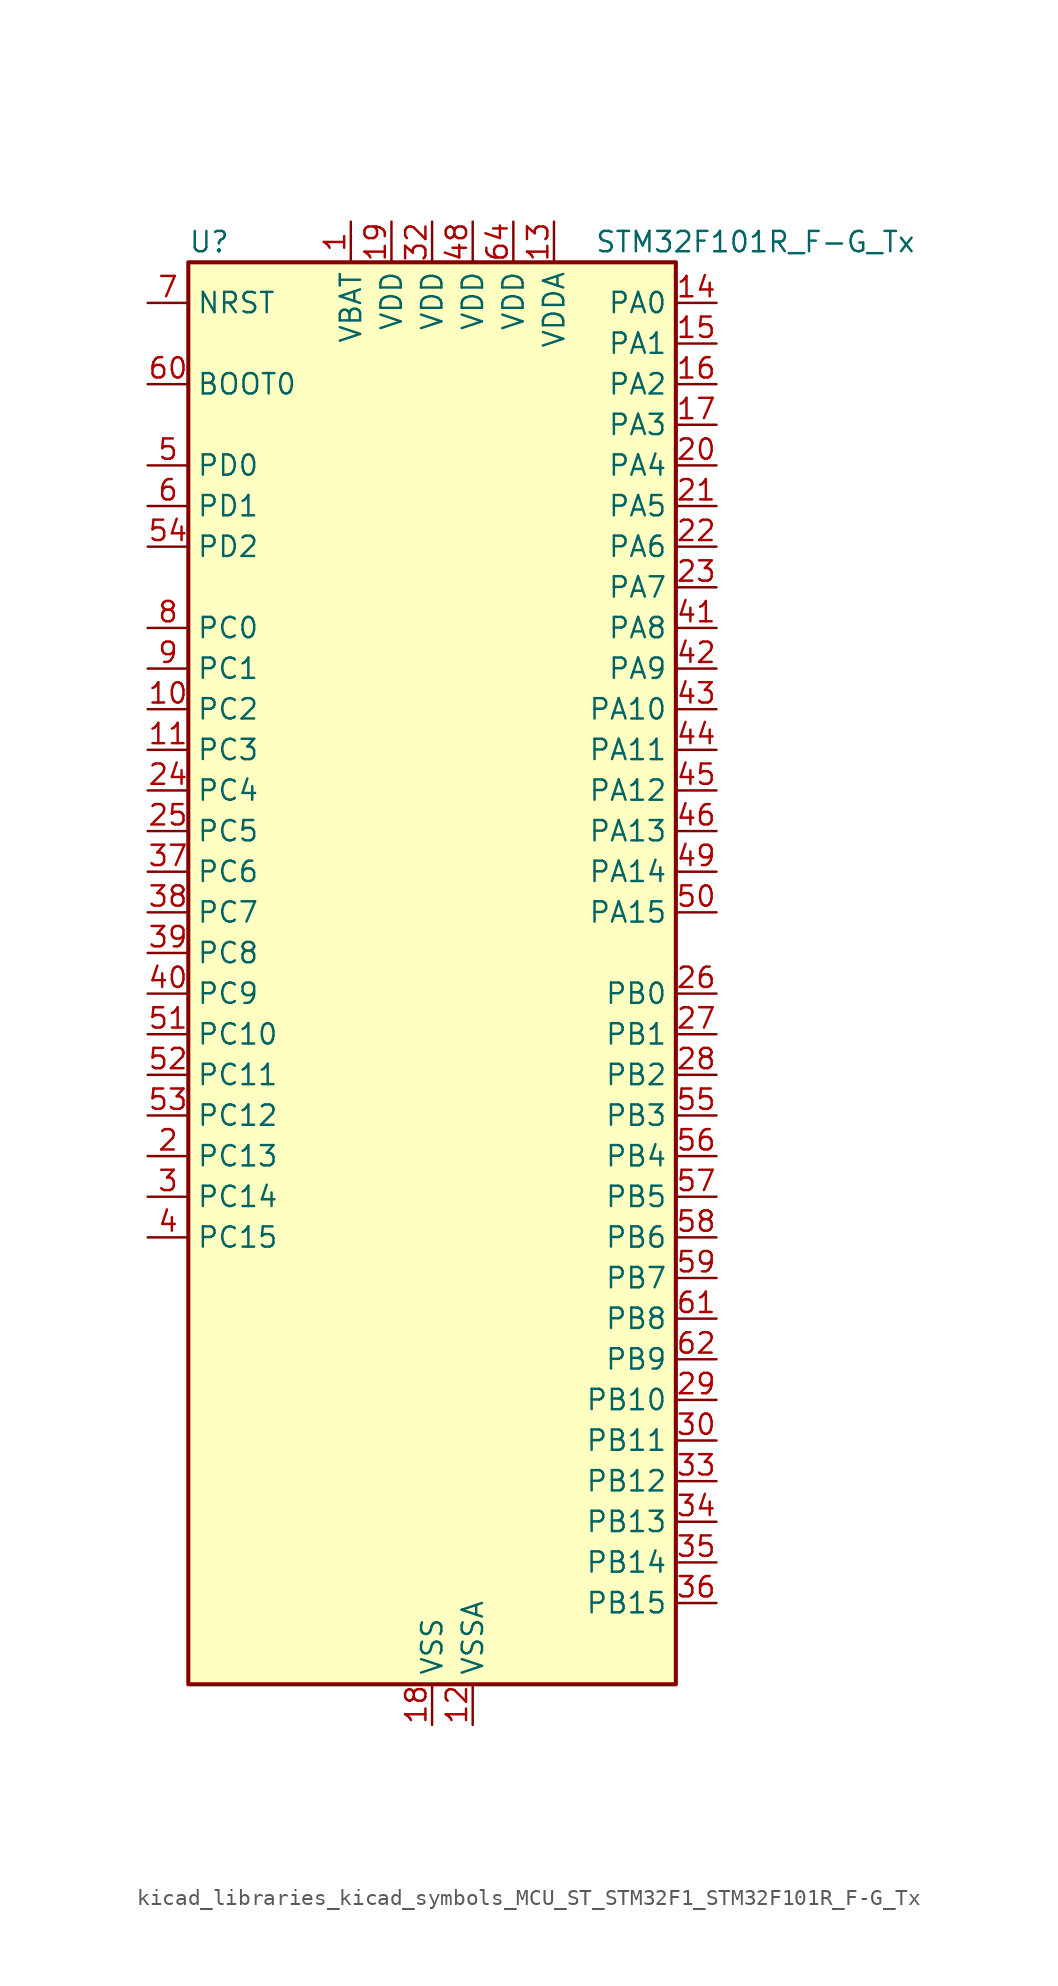
<source format=kicad_sym>
(kicad_symbol_lib
  (version 20220914)
  (generator kicad_symbol_editor)
  (symbol "kicad_libraries_kicad_symbols_MCU_ST_STM32F1_STM32F101R_F-G_Tx"
    (property "Reference" "U"
      (at -15.24 46.99 0)
      (effects (font (size 1.27 1.27)) (justify left)))
    (property "Value" "STM32F101R_F-G_Tx"
      (at 10.16 46.99 0)
      (effects (font (size 1.27 1.27)) (justify left)))
    (property "ki_locked" ""
      (at 0 0 0)
      (effects (font (size 1.27 1.27))))
    (symbol "kicad_libraries_kicad_symbols_MCU_ST_STM32F1_STM32F101R_F-G_Tx_0_1"
      (rectangle (start -15.24 -43.18) (end 15.24 45.72) (stroke (width 0.254) (type default)) (fill (type background))))
    (symbol "kicad_libraries_kicad_symbols_MCU_ST_STM32F1_STM32F101R_F-G_Tx_1_1"
      (pin power_in line (at -5.08 48.26 270) (length 2.54) (name "VBAT" (effects (font (size 1.27 1.27)))) (number "1" (effects (font (size 1.27 1.27)))))
      (pin bidirectional line (at -17.78 17.78 0) (length 2.54) (name "PC2" (effects (font (size 1.27 1.27)))) (number "10" (effects (font (size 1.27 1.27)))) (alternate "ADC1_IN12" bidirectional line))
      (pin bidirectional line (at -17.78 15.24 0) (length 2.54) (name "PC3" (effects (font (size 1.27 1.27)))) (number "11" (effects (font (size 1.27 1.27)))) (alternate "ADC1_IN13" bidirectional line))
      (pin power_in line (at 2.54 -45.72 90) (length 2.54) (name "VSSA" (effects (font (size 1.27 1.27)))) (number "12" (effects (font (size 1.27 1.27)))))
      (pin power_in line (at 7.62 48.26 270) (length 2.54) (name "VDDA" (effects (font (size 1.27 1.27)))) (number "13" (effects (font (size 1.27 1.27)))))
      (pin bidirectional line (at 17.78 43.18 180) (length 2.54) (name "PA0" (effects (font (size 1.27 1.27)))) (number "14" (effects (font (size 1.27 1.27)))) (alternate "ADC1_IN0" bidirectional line) (alternate "SYS_WKUP" bidirectional line) (alternate "TIM2_CH1" bidirectional line) (alternate "TIM2_ETR" bidirectional line) (alternate "TIM5_CH1" bidirectional line) (alternate "USART2_CTS" bidirectional line))
      (pin bidirectional line (at 17.78 40.64 180) (length 2.54) (name "PA1" (effects (font (size 1.27 1.27)))) (number "15" (effects (font (size 1.27 1.27)))) (alternate "ADC1_IN1" bidirectional line) (alternate "TIM2_CH2" bidirectional line) (alternate "TIM5_CH2" bidirectional line) (alternate "USART2_RTS" bidirectional line))
      (pin bidirectional line (at 17.78 38.1 180) (length 2.54) (name "PA2" (effects (font (size 1.27 1.27)))) (number "16" (effects (font (size 1.27 1.27)))) (alternate "ADC1_IN2" bidirectional line) (alternate "TIM2_CH3" bidirectional line) (alternate "TIM5_CH3" bidirectional line) (alternate "TIM9_CH1" bidirectional line) (alternate "USART2_TX" bidirectional line))
      (pin bidirectional line (at 17.78 35.56 180) (length 2.54) (name "PA3" (effects (font (size 1.27 1.27)))) (number "17" (effects (font (size 1.27 1.27)))) (alternate "ADC1_IN3" bidirectional line) (alternate "TIM2_CH4" bidirectional line) (alternate "TIM5_CH4" bidirectional line) (alternate "TIM9_CH2" bidirectional line) (alternate "USART2_RX" bidirectional line))
      (pin power_in line (at 0 -45.72 90) (length 2.54) (name "VSS" (effects (font (size 1.27 1.27)))) (number "18" (effects (font (size 1.27 1.27)))))
      (pin power_in line (at -2.54 48.26 270) (length 2.54) (name "VDD" (effects (font (size 1.27 1.27)))) (number "19" (effects (font (size 1.27 1.27)))))
      (pin bidirectional line (at -17.78 -10.16 0) (length 2.54) (name "PC13" (effects (font (size 1.27 1.27)))) (number "2" (effects (font (size 1.27 1.27)))) (alternate "RTC_OUT" bidirectional line) (alternate "RTC_TAMPER" bidirectional line))
      (pin bidirectional line (at 17.78 33.02 180) (length 2.54) (name "PA4" (effects (font (size 1.27 1.27)))) (number "20" (effects (font (size 1.27 1.27)))) (alternate "ADC1_IN4" bidirectional line) (alternate "DAC_OUT1" bidirectional line) (alternate "SPI1_NSS" bidirectional line) (alternate "USART2_CK" bidirectional line))
      (pin bidirectional line (at 17.78 30.48 180) (length 2.54) (name "PA5" (effects (font (size 1.27 1.27)))) (number "21" (effects (font (size 1.27 1.27)))) (alternate "ADC1_IN5" bidirectional line) (alternate "DAC_OUT2" bidirectional line) (alternate "SPI1_SCK" bidirectional line))
      (pin bidirectional line (at 17.78 27.94 180) (length 2.54) (name "PA6" (effects (font (size 1.27 1.27)))) (number "22" (effects (font (size 1.27 1.27)))) (alternate "ADC1_IN6" bidirectional line) (alternate "SPI1_MISO" bidirectional line) (alternate "TIM13_CH1" bidirectional line) (alternate "TIM3_CH1" bidirectional line))
      (pin bidirectional line (at 17.78 25.4 180) (length 2.54) (name "PA7" (effects (font (size 1.27 1.27)))) (number "23" (effects (font (size 1.27 1.27)))) (alternate "ADC1_IN7" bidirectional line) (alternate "SPI1_MOSI" bidirectional line) (alternate "TIM14_CH1" bidirectional line) (alternate "TIM3_CH2" bidirectional line))
      (pin bidirectional line (at -17.78 12.7 0) (length 2.54) (name "PC4" (effects (font (size 1.27 1.27)))) (number "24" (effects (font (size 1.27 1.27)))) (alternate "ADC1_IN14" bidirectional line))
      (pin bidirectional line (at -17.78 10.16 0) (length 2.54) (name "PC5" (effects (font (size 1.27 1.27)))) (number "25" (effects (font (size 1.27 1.27)))) (alternate "ADC1_IN15" bidirectional line))
      (pin bidirectional line (at 17.78 0 180) (length 2.54) (name "PB0" (effects (font (size 1.27 1.27)))) (number "26" (effects (font (size 1.27 1.27)))) (alternate "ADC1_IN8" bidirectional line) (alternate "TIM3_CH3" bidirectional line))
      (pin bidirectional line (at 17.78 -2.54 180) (length 2.54) (name "PB1" (effects (font (size 1.27 1.27)))) (number "27" (effects (font (size 1.27 1.27)))) (alternate "ADC1_IN9" bidirectional line) (alternate "TIM3_CH4" bidirectional line))
      (pin bidirectional line (at 17.78 -5.08 180) (length 2.54) (name "PB2" (effects (font (size 1.27 1.27)))) (number "28" (effects (font (size 1.27 1.27)))))
      (pin bidirectional line (at 17.78 -25.4 180) (length 2.54) (name "PB10" (effects (font (size 1.27 1.27)))) (number "29" (effects (font (size 1.27 1.27)))) (alternate "I2C2_SCL" bidirectional line) (alternate "TIM2_CH3" bidirectional line) (alternate "USART3_TX" bidirectional line))
      (pin bidirectional line (at -17.78 -12.7 0) (length 2.54) (name "PC14" (effects (font (size 1.27 1.27)))) (number "3" (effects (font (size 1.27 1.27)))) (alternate "RCC_OSC32_IN" bidirectional line))
      (pin bidirectional line (at 17.78 -27.94 180) (length 2.54) (name "PB11" (effects (font (size 1.27 1.27)))) (number "30" (effects (font (size 1.27 1.27)))) (alternate "ADC1_EXTI11" bidirectional line) (alternate "I2C2_SDA" bidirectional line) (alternate "TIM2_CH4" bidirectional line) (alternate "USART3_RX" bidirectional line))
      (pin passive line (at 0 -45.72 90) (length 2.54) hide (name "VSS" (effects (font (size 1.27 1.27)))) (number "31" (effects (font (size 1.27 1.27)))))
      (pin power_in line (at 0 48.26 270) (length 2.54) (name "VDD" (effects (font (size 1.27 1.27)))) (number "32" (effects (font (size 1.27 1.27)))))
      (pin bidirectional line (at 17.78 -30.48 180) (length 2.54) (name "PB12" (effects (font (size 1.27 1.27)))) (number "33" (effects (font (size 1.27 1.27)))) (alternate "I2C2_SMBA" bidirectional line) (alternate "SPI2_NSS" bidirectional line) (alternate "USART3_CK" bidirectional line))
      (pin bidirectional line (at 17.78 -33.02 180) (length 2.54) (name "PB13" (effects (font (size 1.27 1.27)))) (number "34" (effects (font (size 1.27 1.27)))) (alternate "SPI2_SCK" bidirectional line) (alternate "USART3_CTS" bidirectional line))
      (pin bidirectional line (at 17.78 -35.56 180) (length 2.54) (name "PB14" (effects (font (size 1.27 1.27)))) (number "35" (effects (font (size 1.27 1.27)))) (alternate "SPI2_MISO" bidirectional line) (alternate "TIM12_CH1" bidirectional line) (alternate "USART3_RTS" bidirectional line))
      (pin bidirectional line (at 17.78 -38.1 180) (length 2.54) (name "PB15" (effects (font (size 1.27 1.27)))) (number "36" (effects (font (size 1.27 1.27)))) (alternate "ADC1_EXTI15" bidirectional line) (alternate "SPI2_MOSI" bidirectional line) (alternate "TIM12_CH2" bidirectional line))
      (pin bidirectional line (at -17.78 7.62 0) (length 2.54) (name "PC6" (effects (font (size 1.27 1.27)))) (number "37" (effects (font (size 1.27 1.27)))) (alternate "TIM3_CH1" bidirectional line))
      (pin bidirectional line (at -17.78 5.08 0) (length 2.54) (name "PC7" (effects (font (size 1.27 1.27)))) (number "38" (effects (font (size 1.27 1.27)))) (alternate "TIM3_CH2" bidirectional line))
      (pin bidirectional line (at -17.78 2.54 0) (length 2.54) (name "PC8" (effects (font (size 1.27 1.27)))) (number "39" (effects (font (size 1.27 1.27)))) (alternate "TIM3_CH3" bidirectional line))
      (pin bidirectional line (at -17.78 -15.24 0) (length 2.54) (name "PC15" (effects (font (size 1.27 1.27)))) (number "4" (effects (font (size 1.27 1.27)))) (alternate "ADC1_EXTI15" bidirectional line) (alternate "RCC_OSC32_OUT" bidirectional line))
      (pin bidirectional line (at -17.78 0 0) (length 2.54) (name "PC9" (effects (font (size 1.27 1.27)))) (number "40" (effects (font (size 1.27 1.27)))) (alternate "DAC_EXTI9" bidirectional line) (alternate "TIM3_CH4" bidirectional line))
      (pin bidirectional line (at 17.78 22.86 180) (length 2.54) (name "PA8" (effects (font (size 1.27 1.27)))) (number "41" (effects (font (size 1.27 1.27)))) (alternate "RCC_MCO" bidirectional line) (alternate "USART1_CK" bidirectional line))
      (pin bidirectional line (at 17.78 20.32 180) (length 2.54) (name "PA9" (effects (font (size 1.27 1.27)))) (number "42" (effects (font (size 1.27 1.27)))) (alternate "DAC_EXTI9" bidirectional line) (alternate "USART1_TX" bidirectional line))
      (pin bidirectional line (at 17.78 17.78 180) (length 2.54) (name "PA10" (effects (font (size 1.27 1.27)))) (number "43" (effects (font (size 1.27 1.27)))) (alternate "USART1_RX" bidirectional line))
      (pin bidirectional line (at 17.78 15.24 180) (length 2.54) (name "PA11" (effects (font (size 1.27 1.27)))) (number "44" (effects (font (size 1.27 1.27)))) (alternate "ADC1_EXTI11" bidirectional line) (alternate "USART1_CTS" bidirectional line))
      (pin bidirectional line (at 17.78 12.7 180) (length 2.54) (name "PA12" (effects (font (size 1.27 1.27)))) (number "45" (effects (font (size 1.27 1.27)))) (alternate "USART1_RTS" bidirectional line))
      (pin bidirectional line (at 17.78 10.16 180) (length 2.54) (name "PA13" (effects (font (size 1.27 1.27)))) (number "46" (effects (font (size 1.27 1.27)))) (alternate "SYS_JTMS-SWDIO" bidirectional line))
      (pin passive line (at 0 -45.72 90) (length 2.54) hide (name "VSS" (effects (font (size 1.27 1.27)))) (number "47" (effects (font (size 1.27 1.27)))))
      (pin power_in line (at 2.54 48.26 270) (length 2.54) (name "VDD" (effects (font (size 1.27 1.27)))) (number "48" (effects (font (size 1.27 1.27)))))
      (pin bidirectional line (at 17.78 7.62 180) (length 2.54) (name "PA14" (effects (font (size 1.27 1.27)))) (number "49" (effects (font (size 1.27 1.27)))) (alternate "SYS_JTCK-SWCLK" bidirectional line))
      (pin bidirectional line (at -17.78 33.02 0) (length 2.54) (name "PD0" (effects (font (size 1.27 1.27)))) (number "5" (effects (font (size 1.27 1.27)))) (alternate "RCC_OSC_IN" bidirectional line))
      (pin bidirectional line (at 17.78 5.08 180) (length 2.54) (name "PA15" (effects (font (size 1.27 1.27)))) (number "50" (effects (font (size 1.27 1.27)))) (alternate "ADC1_EXTI15" bidirectional line) (alternate "SPI1_NSS" bidirectional line) (alternate "SPI3_NSS" bidirectional line) (alternate "SYS_JTDI" bidirectional line) (alternate "TIM2_CH1" bidirectional line) (alternate "TIM2_ETR" bidirectional line))
      (pin bidirectional line (at -17.78 -2.54 0) (length 2.54) (name "PC10" (effects (font (size 1.27 1.27)))) (number "51" (effects (font (size 1.27 1.27)))) (alternate "UART4_TX" bidirectional line) (alternate "USART3_TX" bidirectional line))
      (pin bidirectional line (at -17.78 -5.08 0) (length 2.54) (name "PC11" (effects (font (size 1.27 1.27)))) (number "52" (effects (font (size 1.27 1.27)))) (alternate "ADC1_EXTI11" bidirectional line) (alternate "UART4_RX" bidirectional line) (alternate "USART3_RX" bidirectional line))
      (pin bidirectional line (at -17.78 -7.62 0) (length 2.54) (name "PC12" (effects (font (size 1.27 1.27)))) (number "53" (effects (font (size 1.27 1.27)))) (alternate "UART5_TX" bidirectional line) (alternate "USART3_CK" bidirectional line))
      (pin bidirectional line (at -17.78 27.94 0) (length 2.54) (name "PD2" (effects (font (size 1.27 1.27)))) (number "54" (effects (font (size 1.27 1.27)))) (alternate "TIM3_ETR" bidirectional line) (alternate "UART5_RX" bidirectional line))
      (pin bidirectional line (at 17.78 -7.62 180) (length 2.54) (name "PB3" (effects (font (size 1.27 1.27)))) (number "55" (effects (font (size 1.27 1.27)))) (alternate "SPI1_SCK" bidirectional line) (alternate "SPI3_SCK" bidirectional line) (alternate "SYS_JTDO-TRACESWO" bidirectional line) (alternate "TIM2_CH2" bidirectional line))
      (pin bidirectional line (at 17.78 -10.16 180) (length 2.54) (name "PB4" (effects (font (size 1.27 1.27)))) (number "56" (effects (font (size 1.27 1.27)))) (alternate "SPI1_MISO" bidirectional line) (alternate "SPI3_MISO" bidirectional line) (alternate "SYS_NJTRST" bidirectional line) (alternate "TIM3_CH1" bidirectional line))
      (pin bidirectional line (at 17.78 -12.7 180) (length 2.54) (name "PB5" (effects (font (size 1.27 1.27)))) (number "57" (effects (font (size 1.27 1.27)))) (alternate "I2C1_SMBA" bidirectional line) (alternate "SPI1_MOSI" bidirectional line) (alternate "SPI3_MOSI" bidirectional line) (alternate "TIM3_CH2" bidirectional line))
      (pin bidirectional line (at 17.78 -15.24 180) (length 2.54) (name "PB6" (effects (font (size 1.27 1.27)))) (number "58" (effects (font (size 1.27 1.27)))) (alternate "I2C1_SCL" bidirectional line) (alternate "TIM4_CH1" bidirectional line) (alternate "USART1_TX" bidirectional line))
      (pin bidirectional line (at 17.78 -17.78 180) (length 2.54) (name "PB7" (effects (font (size 1.27 1.27)))) (number "59" (effects (font (size 1.27 1.27)))) (alternate "I2C1_SDA" bidirectional line) (alternate "TIM4_CH2" bidirectional line) (alternate "USART1_RX" bidirectional line))
      (pin bidirectional line (at -17.78 30.48 0) (length 2.54) (name "PD1" (effects (font (size 1.27 1.27)))) (number "6" (effects (font (size 1.27 1.27)))) (alternate "RCC_OSC_OUT" bidirectional line))
      (pin input line (at -17.78 38.1 0) (length 2.54) (name "BOOT0" (effects (font (size 1.27 1.27)))) (number "60" (effects (font (size 1.27 1.27)))))
      (pin bidirectional line (at 17.78 -20.32 180) (length 2.54) (name "PB8" (effects (font (size 1.27 1.27)))) (number "61" (effects (font (size 1.27 1.27)))) (alternate "I2C1_SCL" bidirectional line) (alternate "TIM10_CH1" bidirectional line) (alternate "TIM4_CH3" bidirectional line))
      (pin bidirectional line (at 17.78 -22.86 180) (length 2.54) (name "PB9" (effects (font (size 1.27 1.27)))) (number "62" (effects (font (size 1.27 1.27)))) (alternate "DAC_EXTI9" bidirectional line) (alternate "I2C1_SDA" bidirectional line) (alternate "TIM11_CH1" bidirectional line) (alternate "TIM4_CH4" bidirectional line))
      (pin passive line (at 0 -45.72 90) (length 2.54) hide (name "VSS" (effects (font (size 1.27 1.27)))) (number "63" (effects (font (size 1.27 1.27)))))
      (pin power_in line (at 5.08 48.26 270) (length 2.54) (name "VDD" (effects (font (size 1.27 1.27)))) (number "64" (effects (font (size 1.27 1.27)))))
      (pin input line (at -17.78 43.18 0) (length 2.54) (name "NRST" (effects (font (size 1.27 1.27)))) (number "7" (effects (font (size 1.27 1.27)))))
      (pin bidirectional line (at -17.78 22.86 0) (length 2.54) (name "PC0" (effects (font (size 1.27 1.27)))) (number "8" (effects (font (size 1.27 1.27)))) (alternate "ADC1_IN10" bidirectional line))
      (pin bidirectional line (at -17.78 20.32 0) (length 2.54) (name "PC1" (effects (font (size 1.27 1.27)))) (number "9" (effects (font (size 1.27 1.27)))) (alternate "ADC1_IN11" bidirectional line)))))
</source>
